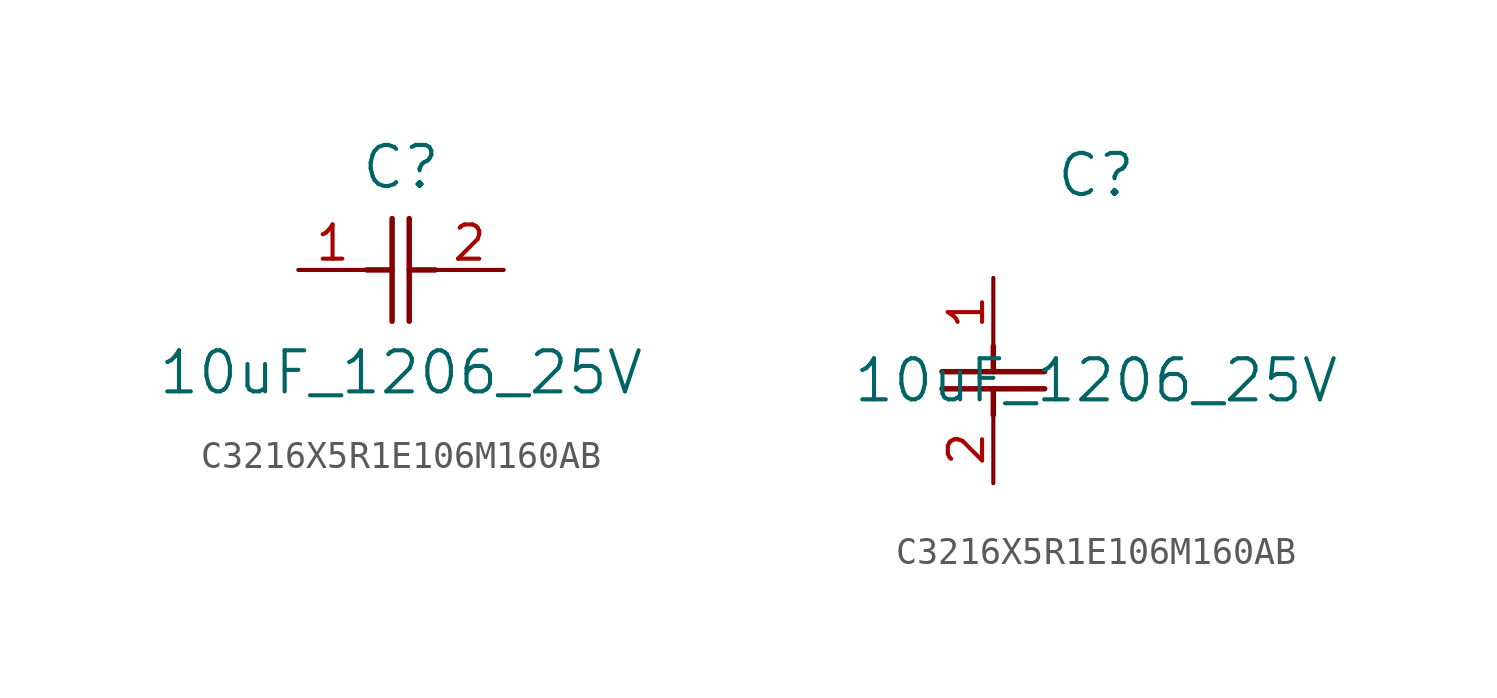
<source format=kicad_sym>
(kicad_symbol_lib
  (version 20220914)
  (generator kicad_symbol_editor)
  (symbol "C3216X5R1E106M160AB"
    (pin_names
      (offset 0.254))
    (property "Reference" "C"
      (at 3.81 3.81 0)
      (effects (font (size 1.524 1.524))))
    (property "Value" "10uF_1206_25V"
      (at 3.81 -3.81 0)
      (effects (font (size 1.524 1.524))))
    (symbol "C3216X5R1E106M160AB_1_1"
      (polyline (pts (xy 2.54 0) (xy 3.48 0)) (stroke (width 0.203) (type default)) (fill (type none)))
      (polyline (pts (xy 3.48 -1.905) (xy 3.48 1.905)) (stroke (width 0.203) (type default)) (fill (type none)))
      (polyline (pts (xy 4.115 -1.905) (xy 4.115 1.905)) (stroke (width 0.203) (type default)) (fill (type none)))
      (polyline (pts (xy 4.115 0) (xy 5.08 0)) (stroke (width 0.203) (type default)) (fill (type none)))
      (pin unspecified line (at 0 0 0) (length 2.54) (name "" (effects (font (size 1.27 1.27)))) (number "1" (effects (font (size 1.27 1.27)))))
      (pin unspecified line (at 7.62 0 180) (length 2.54) (name "" (effects (font (size 1.27 1.27)))) (number "2" (effects (font (size 1.27 1.27))))))
    (symbol "C3216X5R1E106M160AB_1_2"
      (polyline (pts (xy -1.905 -4.115) (xy 1.905 -4.115)) (stroke (width 0.203) (type default)) (fill (type none)))
      (polyline (pts (xy -1.905 -3.48) (xy 1.905 -3.48)) (stroke (width 0.203) (type default)) (fill (type none)))
      (polyline (pts (xy 0 -4.115) (xy 0 -5.08)) (stroke (width 0.203) (type default)) (fill (type none)))
      (polyline (pts (xy 0 -2.54) (xy 0 -3.48)) (stroke (width 0.203) (type default)) (fill (type none)))
      (pin unspecified line (at 0 0 270) (length 2.54) (name "" (effects (font (size 1.27 1.27)))) (number "1" (effects (font (size 1.27 1.27)))))
      (pin unspecified line (at 0 -7.62 90) (length 2.54) (name "" (effects (font (size 1.27 1.27)))) (number "2" (effects (font (size 1.27 1.27))))))))
</source>
